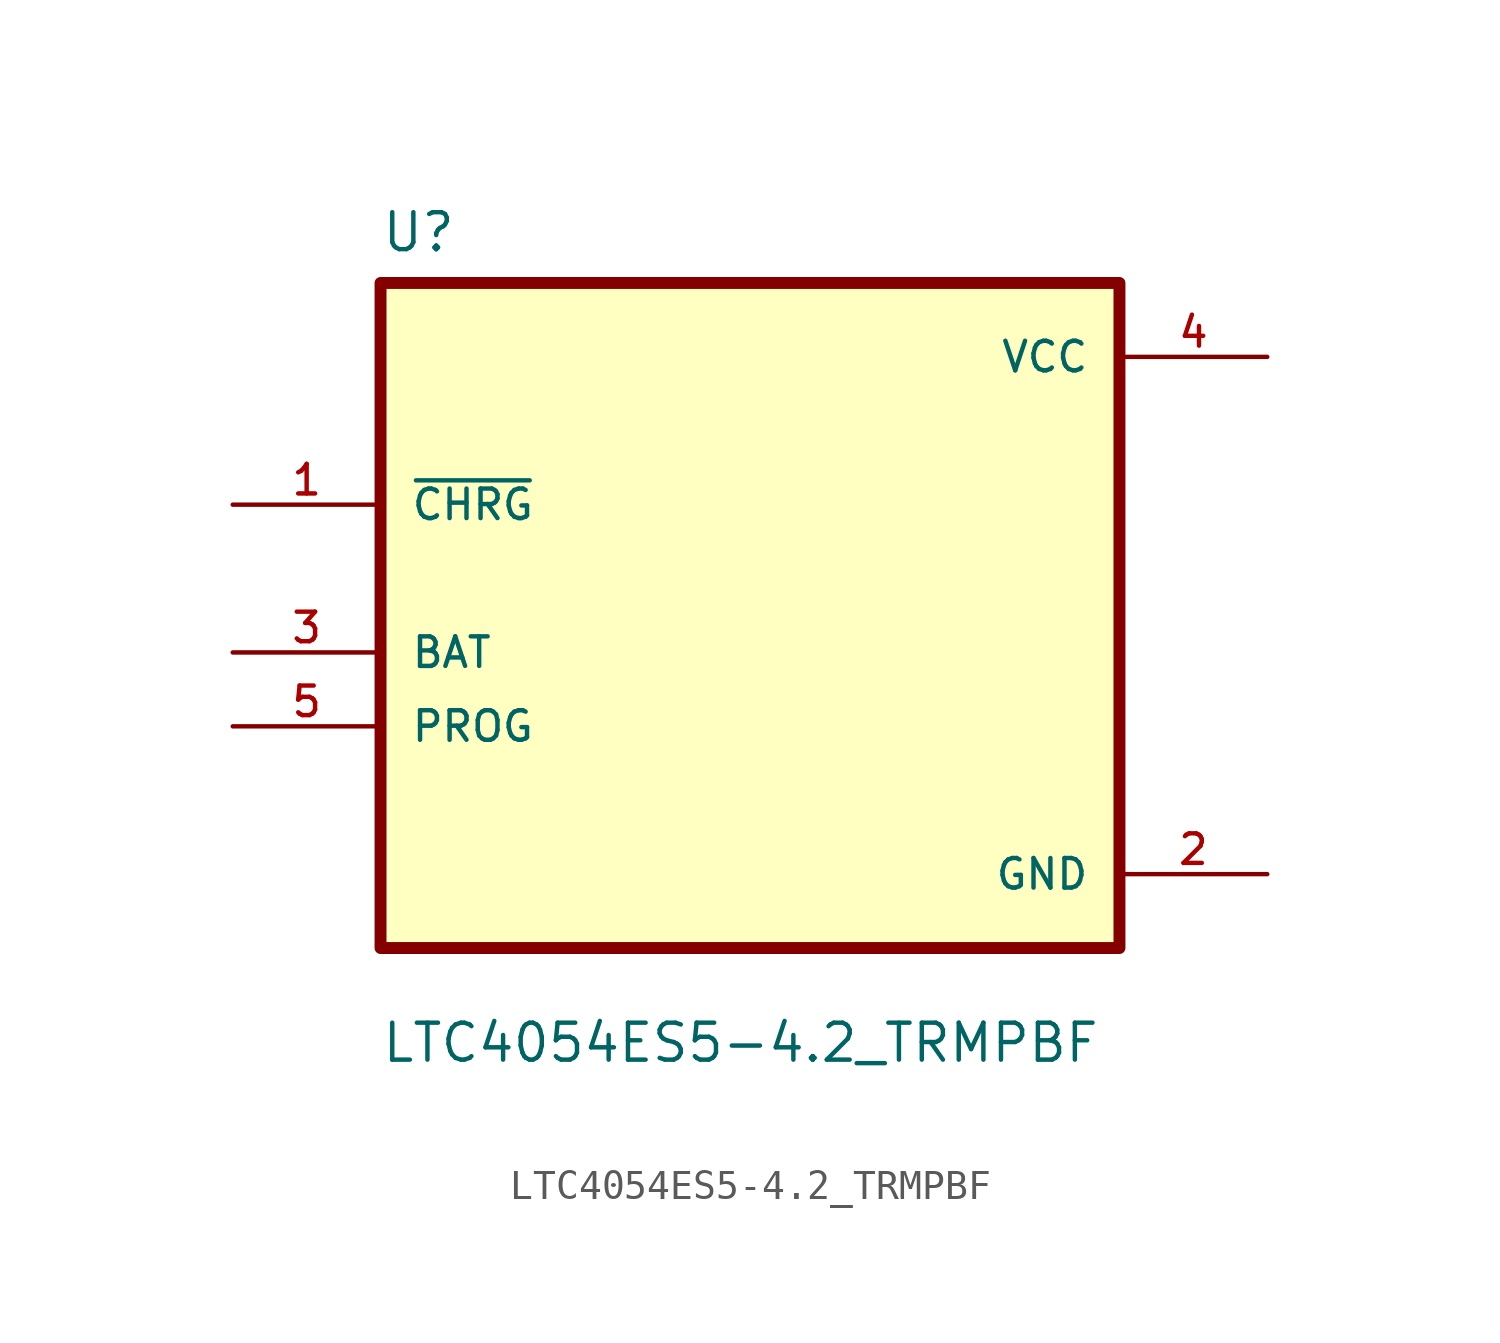
<source format=kicad_sym>
(kicad_symbol_lib
  (version 20211014)
  (generator kicad_symbol_editor)
  (symbol "LTC4054ES5-4.2_TRMPBF"
    (pin_names
      (offset 1.016))
    (property "Reference" "U"
      (at -12.7 11.16 0.0)
      (effects (font (size 1.27 1.27)) (justify bottom left)))
    (property "Value" "LTC4054ES5-4.2_TRMPBF"
      (at -12.7 -16.7 0.0)
      (effects (font (size 1.27 1.27)) (justify bottom left)))
    (symbol "LTC4054ES5-4.2_TRMPBF_0_0"
      (rectangle (start -12.7 -12.7) (end 12.7 10.16) (stroke (width 0.41)) (fill (type background)))
      (pin input line (at -17.78 2.54 0) (length 5.08) (name "~{CHRG}" (effects (font (size 1.016 1.016)))) (number "1" (effects (font (size 1.016 1.016)))))
      (pin bidirectional line (at -17.78 -2.54 0) (length 5.08) (name "BAT" (effects (font (size 1.016 1.016)))) (number "3" (effects (font (size 1.016 1.016)))))
      (pin bidirectional line (at -17.78 -5.08 0) (length 5.08) (name "PROG" (effects (font (size 1.016 1.016)))) (number "5" (effects (font (size 1.016 1.016)))))
      (pin power_in line (at 17.78 -10.16 180.0) (length 5.08) (name "GND" (effects (font (size 1.016 1.016)))) (number "2" (effects (font (size 1.016 1.016)))))
      (pin power_in line (at 17.78 7.62 180.0) (length 5.08) (name "VCC" (effects (font (size 1.016 1.016)))) (number "4" (effects (font (size 1.016 1.016))))))))
</source>
